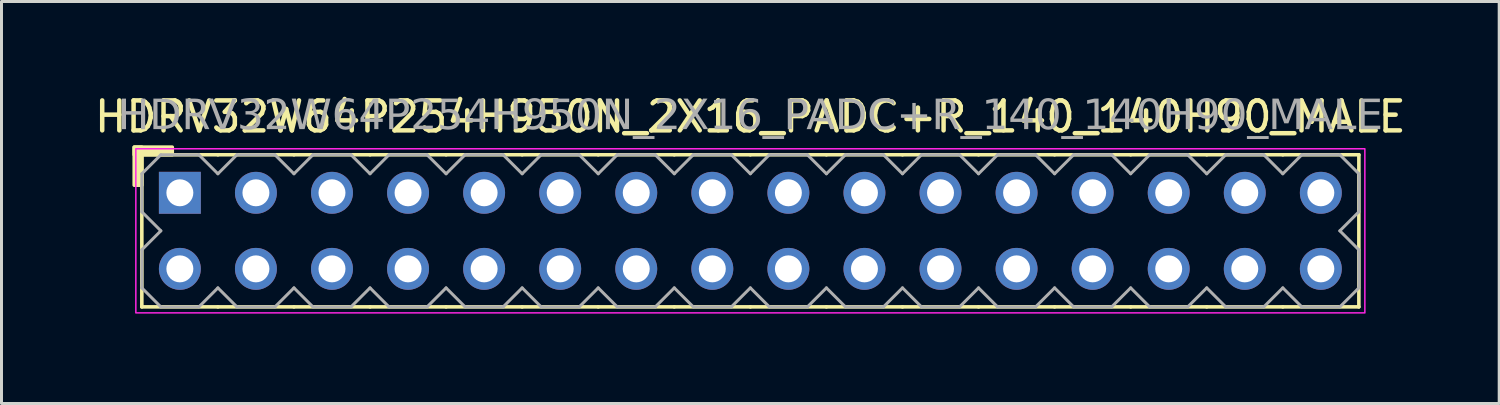
<source format=kicad_pcb>
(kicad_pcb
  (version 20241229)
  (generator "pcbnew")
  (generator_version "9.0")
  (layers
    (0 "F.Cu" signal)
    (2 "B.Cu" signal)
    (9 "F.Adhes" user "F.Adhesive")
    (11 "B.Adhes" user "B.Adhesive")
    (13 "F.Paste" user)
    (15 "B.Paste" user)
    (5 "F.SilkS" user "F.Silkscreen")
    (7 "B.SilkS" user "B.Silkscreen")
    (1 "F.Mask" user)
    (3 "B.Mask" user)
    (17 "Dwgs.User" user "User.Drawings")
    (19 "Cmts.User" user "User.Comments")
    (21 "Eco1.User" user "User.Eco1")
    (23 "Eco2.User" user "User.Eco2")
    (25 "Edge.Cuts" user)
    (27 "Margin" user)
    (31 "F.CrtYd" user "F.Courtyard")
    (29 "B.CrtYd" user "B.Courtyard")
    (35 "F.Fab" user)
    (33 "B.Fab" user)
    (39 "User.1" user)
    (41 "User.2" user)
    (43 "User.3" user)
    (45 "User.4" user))
  (footprint "HDRV32W64P254H950N_2X16_PADC+R_140_140H90_MALE"
    (layer "F.Cu")
    (at 22.006 4.658)
    (property "Reference" "HDRV32W64P254H950N_2X16_PADC+R_140_140H90_MALE" (at 0 -3.81 0) (layer "F.SilkS") (effects (font (size 1 1) (thickness 0.15))))
    (attr through_hole)
    (fp_line (start -20.32 2.54) (end -20.32 -2.54) (stroke (width 0.12) (type solid)) (layer "F.SilkS"))
    (fp_line (start -17.78 -2.54) (end -20.32 -2.54) (stroke (width 0.12) (type solid)) (layer "F.SilkS"))
    (fp_line (start -17.78 2.54) (end -20.32 2.54) (stroke (width 0.12) (type solid)) (layer "F.SilkS"))
    (fp_line (start -15.24 -2.54) (end -17.78 -2.54) (stroke (width 0.12) (type solid)) (layer "F.SilkS"))
    (fp_line (start -15.24 2.54) (end -17.78 2.54) (stroke (width 0.12) (type solid)) (layer "F.SilkS"))
    (fp_line (start -12.7 -2.54) (end -15.24 -2.54) (stroke (width 0.12) (type solid)) (layer "F.SilkS"))
    (fp_line (start -12.7 2.54) (end -15.24 2.54) (stroke (width 0.12) (type solid)) (layer "F.SilkS"))
    (fp_line (start -10.16 -2.54) (end -12.7 -2.54) (stroke (width 0.12) (type solid)) (layer "F.SilkS"))
    (fp_line (start -10.16 2.54) (end -12.7 2.54) (stroke (width 0.12) (type solid)) (layer "F.SilkS"))
    (fp_line (start -7.62 -2.54) (end -10.16 -2.54) (stroke (width 0.12) (type solid)) (layer "F.SilkS"))
    (fp_line (start -7.62 2.54) (end -10.16 2.54) (stroke (width 0.12) (type solid)) (layer "F.SilkS"))
    (fp_line (start -5.08 -2.54) (end -7.62 -2.54) (stroke (width 0.12) (type solid)) (layer "F.SilkS"))
    (fp_line (start -5.08 2.54) (end -7.62 2.54) (stroke (width 0.12) (type solid)) (layer "F.SilkS"))
    (fp_line (start -2.54 -2.54) (end -5.08 -2.54) (stroke (width 0.12) (type solid)) (layer "F.SilkS"))
    (fp_line (start -2.54 2.54) (end -5.08 2.54) (stroke (width 0.12) (type solid)) (layer "F.SilkS"))
    (fp_line (start 0 -2.54) (end -2.54 -2.54) (stroke (width 0.12) (type solid)) (layer "F.SilkS"))
    (fp_line (start 0 2.54) (end -2.54 2.54) (stroke (width 0.12) (type solid)) (layer "F.SilkS"))
    (fp_line (start 2.54 -2.54) (end 0 -2.54) (stroke (width 0.12) (type solid)) (layer "F.SilkS"))
    (fp_line (start 2.54 2.54) (end 0 2.54) (stroke (width 0.12) (type solid)) (layer "F.SilkS"))
    (fp_line (start 5.08 -2.54) (end 2.54 -2.54) (stroke (width 0.12) (type solid)) (layer "F.SilkS"))
    (fp_line (start 5.08 2.54) (end 2.54 2.54) (stroke (width 0.12) (type solid)) (layer "F.SilkS"))
    (fp_line (start 7.62 -2.54) (end 5.08 -2.54) (stroke (width 0.12) (type solid)) (layer "F.SilkS"))
    (fp_line (start 7.62 2.54) (end 5.08 2.54) (stroke (width 0.12) (type solid)) (layer "F.SilkS"))
    (fp_line (start 10.16 -2.54) (end 7.62 -2.54) (stroke (width 0.12) (type solid)) (layer "F.SilkS"))
    (fp_line (start 10.16 2.54) (end 7.62 2.54) (stroke (width 0.12) (type solid)) (layer "F.SilkS"))
    (fp_line (start 12.7 -2.54) (end 10.16 -2.54) (stroke (width 0.12) (type solid)) (layer "F.SilkS"))
    (fp_line (start 12.7 2.54) (end 10.16 2.54) (stroke (width 0.12) (type solid)) (layer "F.SilkS"))
    (fp_line (start 15.24 -2.54) (end 12.7 -2.54) (stroke (width 0.12) (type solid)) (layer "F.SilkS"))
    (fp_line (start 15.24 2.54) (end 12.7 2.54) (stroke (width 0.12) (type solid)) (layer "F.SilkS"))
    (fp_line (start 17.78 -2.54) (end 15.24 -2.54) (stroke (width 0.12) (type solid)) (layer "F.SilkS"))
    (fp_line (start 17.78 2.54) (end 15.24 2.54) (stroke (width 0.12) (type solid)) (layer "F.SilkS"))
    (fp_line (start 20.32 -2.54) (end 17.78 -2.54) (stroke (width 0.12) (type solid)) (layer "F.SilkS"))
    (fp_line (start 20.32 2.54) (end 17.78 2.54) (stroke (width 0.12) (type solid)) (layer "F.SilkS"))
    (fp_line (start 20.32 2.54) (end 20.32 -2.54) (stroke (width 0.12) (type solid)) (layer "F.SilkS"))
    (fp_rect (start -20.574 -1.524) (end -20.32 -2.794) (stroke (width 0.12) (type solid)) (fill yes) (layer "F.SilkS"))
    (fp_rect (start -19.304 -2.54) (end -20.574 -2.794) (stroke (width 0.12) (type solid)) (fill yes) (layer "F.SilkS"))
    (fp_rect (start -20.52 -2.74) (end 20.52 2.74) (stroke (width 0.05) (type default)) (fill no) (layer "F.CrtYd"))
    (fp_line (start -20.32 -1.905) (end -20.32 -0.635) (stroke (width 0.1) (type solid)) (layer "F.Fab"))
    (fp_line (start -20.32 -1.905) (end -19.685 -2.54) (stroke (width 0.1) (type solid)) (layer "F.Fab"))
    (fp_line (start -20.32 0.635) (end -20.32 1.905) (stroke (width 0.1) (type solid)) (layer "F.Fab"))
    (fp_line (start -19.685 -2.54) (end -18.415 -2.54) (stroke (width 0.1) (type solid)) (layer "F.Fab"))
    (fp_line (start -19.685 0) (end -20.32 -0.635) (stroke (width 0.1) (type solid)) (layer "F.Fab"))
    (fp_line (start -19.685 0) (end -20.32 0.635) (stroke (width 0.1) (type solid)) (layer "F.Fab"))
    (fp_line (start -19.685 2.54) (end -20.32 1.905) (stroke (width 0.1) (type solid)) (layer "F.Fab"))
    (fp_line (start -18.415 -2.54) (end -17.78 -1.905) (stroke (width 0.1) (type solid)) (layer "F.Fab"))
    (fp_line (start -18.415 2.54) (end -19.685 2.54) (stroke (width 0.1) (type solid)) (layer "F.Fab"))
    (fp_line (start -17.78 -1.905) (end -17.145 -2.54) (stroke (width 0.1) (type solid)) (layer "F.Fab"))
    (fp_line (start -17.78 1.905) (end -18.415 2.54) (stroke (width 0.1) (type solid)) (layer "F.Fab"))
    (fp_line (start -17.145 -2.54) (end -15.875 -2.54) (stroke (width 0.1) (type solid)) (layer "F.Fab"))
    (fp_line (start -17.145 2.54) (end -17.78 1.905) (stroke (width 0.1) (type solid)) (layer "F.Fab"))
    (fp_line (start -15.875 -2.54) (end -15.24 -1.905) (stroke (width 0.1) (type solid)) (layer "F.Fab"))
    (fp_line (start -15.875 2.54) (end -17.145 2.54) (stroke (width 0.1) (type solid)) (layer "F.Fab"))
    (fp_line (start -15.24 -1.905) (end -14.605 -2.54) (stroke (width 0.1) (type solid)) (layer "F.Fab"))
    (fp_line (start -15.24 1.905) (end -15.875 2.54) (stroke (width 0.1) (type solid)) (layer "F.Fab"))
    (fp_line (start -14.605 -2.54) (end -13.335 -2.54) (stroke (width 0.1) (type solid)) (layer "F.Fab"))
    (fp_line (start -14.605 2.54) (end -15.24 1.905) (stroke (width 0.1) (type solid)) (layer "F.Fab"))
    (fp_line (start -13.335 -2.54) (end -12.7 -1.905) (stroke (width 0.1) (type solid)) (layer "F.Fab"))
    (fp_line (start -13.335 2.54) (end -14.605 2.54) (stroke (width 0.1) (type solid)) (layer "F.Fab"))
    (fp_line (start -12.7 -1.905) (end -12.065 -2.54) (stroke (width 0.1) (type solid)) (layer "F.Fab"))
    (fp_line (start -12.7 1.905) (end -13.335 2.54) (stroke (width 0.1) (type solid)) (layer "F.Fab"))
    (fp_line (start -12.065 -2.54) (end -10.795 -2.54) (stroke (width 0.1) (type solid)) (layer "F.Fab"))
    (fp_line (start -12.065 2.54) (end -12.7 1.905) (stroke (width 0.1) (type solid)) (layer "F.Fab"))
    (fp_line (start -10.795 -2.54) (end -10.16 -1.905) (stroke (width 0.1) (type solid)) (layer "F.Fab"))
    (fp_line (start -10.795 2.54) (end -12.065 2.54) (stroke (width 0.1) (type solid)) (layer "F.Fab"))
    (fp_line (start -10.16 -1.905) (end -9.525 -2.54) (stroke (width 0.1) (type solid)) (layer "F.Fab"))
    (fp_line (start -10.16 1.905) (end -10.795 2.54) (stroke (width 0.1) (type solid)) (layer "F.Fab"))
    (fp_line (start -9.525 -2.54) (end -8.255 -2.54) (stroke (width 0.1) (type solid)) (layer "F.Fab"))
    (fp_line (start -9.525 2.54) (end -10.16 1.905) (stroke (width 0.1) (type solid)) (layer "F.Fab"))
    (fp_line (start -8.255 -2.54) (end -7.62 -1.905) (stroke (width 0.1) (type solid)) (layer "F.Fab"))
    (fp_line (start -8.255 2.54) (end -9.525 2.54) (stroke (width 0.1) (type solid)) (layer "F.Fab"))
    (fp_line (start -7.62 -1.905) (end -6.985 -2.54) (stroke (width 0.1) (type solid)) (layer "F.Fab"))
    (fp_line (start -7.62 1.905) (end -8.255 2.54) (stroke (width 0.1) (type solid)) (layer "F.Fab"))
    (fp_line (start -6.985 -2.54) (end -5.715 -2.54) (stroke (width 0.1) (type solid)) (layer "F.Fab"))
    (fp_line (start -6.985 2.54) (end -7.62 1.905) (stroke (width 0.1) (type solid)) (layer "F.Fab"))
    (fp_line (start -5.715 -2.54) (end -5.08 -1.905) (stroke (width 0.1) (type solid)) (layer "F.Fab"))
    (fp_line (start -5.715 2.54) (end -6.985 2.54) (stroke (width 0.1) (type solid)) (layer "F.Fab"))
    (fp_line (start -5.08 -1.905) (end -4.445 -2.54) (stroke (width 0.1) (type solid)) (layer "F.Fab"))
    (fp_line (start -5.08 1.905) (end -5.715 2.54) (stroke (width 0.1) (type solid)) (layer "F.Fab"))
    (fp_line (start -4.445 -2.54) (end -3.175 -2.54) (stroke (width 0.1) (type solid)) (layer "F.Fab"))
    (fp_line (start -4.445 2.54) (end -5.08 1.905) (stroke (width 0.1) (type solid)) (layer "F.Fab"))
    (fp_line (start -3.175 -2.54) (end -2.54 -1.905) (stroke (width 0.1) (type solid)) (layer "F.Fab"))
    (fp_line (start -3.175 2.54) (end -4.445 2.54) (stroke (width 0.1) (type solid)) (layer "F.Fab"))
    (fp_line (start -2.54 -1.905) (end -1.905 -2.54) (stroke (width 0.1) (type solid)) (layer "F.Fab"))
    (fp_line (start -2.54 1.905) (end -3.175 2.54) (stroke (width 0.1) (type solid)) (layer "F.Fab"))
    (fp_line (start -1.905 -2.54) (end -0.635 -2.54) (stroke (width 0.1) (type solid)) (layer "F.Fab"))
    (fp_line (start -1.905 2.54) (end -2.54 1.905) (stroke (width 0.1) (type solid)) (layer "F.Fab"))
    (fp_line (start -0.635 -2.54) (end 0 -1.905) (stroke (width 0.1) (type solid)) (layer "F.Fab"))
    (fp_line (start -0.635 2.54) (end -1.905 2.54) (stroke (width 0.1) (type solid)) (layer "F.Fab"))
    (fp_line (start 0 -1.905) (end 0.635 -2.54) (stroke (width 0.1) (type solid)) (layer "F.Fab"))
    (fp_line (start 0 1.905) (end -0.635 2.54) (stroke (width 0.1) (type solid)) (layer "F.Fab"))
    (fp_line (start 0.635 -2.54) (end 1.905 -2.54) (stroke (width 0.1) (type solid)) (layer "F.Fab"))
    (fp_line (start 0.635 2.54) (end 0 1.905) (stroke (width 0.1) (type solid)) (layer "F.Fab"))
    (fp_line (start 1.905 -2.54) (end 2.54 -1.905) (stroke (width 0.1) (type solid)) (layer "F.Fab"))
    (fp_line (start 1.905 2.54) (end 0.635 2.54) (stroke (width 0.1) (type solid)) (layer "F.Fab"))
    (fp_line (start 2.54 -1.905) (end 3.175 -2.54) (stroke (width 0.1) (type solid)) (layer "F.Fab"))
    (fp_line (start 2.54 1.905) (end 1.905 2.54) (stroke (width 0.1) (type solid)) (layer "F.Fab"))
    (fp_line (start 3.175 -2.54) (end 4.445 -2.54) (stroke (width 0.1) (type solid)) (layer "F.Fab"))
    (fp_line (start 3.175 2.54) (end 2.54 1.905) (stroke (width 0.1) (type solid)) (layer "F.Fab"))
    (fp_line (start 4.445 -2.54) (end 5.08 -1.905) (stroke (width 0.1) (type solid)) (layer "F.Fab"))
    (fp_line (start 4.445 2.54) (end 3.175 2.54) (stroke (width 0.1) (type solid)) (layer "F.Fab"))
    (fp_line (start 5.08 -1.905) (end 5.715 -2.54) (stroke (width 0.1) (type solid)) (layer "F.Fab"))
    (fp_line (start 5.08 1.905) (end 4.445 2.54) (stroke (width 0.1) (type solid)) (layer "F.Fab"))
    (fp_line (start 5.715 -2.54) (end 6.985 -2.54) (stroke (width 0.1) (type solid)) (layer "F.Fab"))
    (fp_line (start 5.715 2.54) (end 5.08 1.905) (stroke (width 0.1) (type solid)) (layer "F.Fab"))
    (fp_line (start 6.985 -2.54) (end 7.62 -1.905) (stroke (width 0.1) (type solid)) (layer "F.Fab"))
    (fp_line (start 6.985 2.54) (end 5.715 2.54) (stroke (width 0.1) (type solid)) (layer "F.Fab"))
    (fp_line (start 7.62 -1.905) (end 8.255 -2.54) (stroke (width 0.1) (type solid)) (layer "F.Fab"))
    (fp_line (start 7.62 1.905) (end 6.985 2.54) (stroke (width 0.1) (type solid)) (layer "F.Fab"))
    (fp_line (start 8.255 -2.54) (end 9.525 -2.54) (stroke (width 0.1) (type solid)) (layer "F.Fab"))
    (fp_line (start 8.255 2.54) (end 7.62 1.905) (stroke (width 0.1) (type solid)) (layer "F.Fab"))
    (fp_line (start 9.525 -2.54) (end 10.16 -1.905) (stroke (width 0.1) (type solid)) (layer "F.Fab"))
    (fp_line (start 9.525 2.54) (end 8.255 2.54) (stroke (width 0.1) (type solid)) (layer "F.Fab"))
    (fp_line (start 10.16 -1.905) (end 10.795 -2.54) (stroke (width 0.1) (type solid)) (layer "F.Fab"))
    (fp_line (start 10.16 1.905) (end 9.525 2.54) (stroke (width 0.1) (type solid)) (layer "F.Fab"))
    (fp_line (start 10.795 -2.54) (end 12.065 -2.54) (stroke (width 0.1) (type solid)) (layer "F.Fab"))
    (fp_line (start 10.795 2.54) (end 10.16 1.905) (stroke (width 0.1) (type solid)) (layer "F.Fab"))
    (fp_line (start 12.065 -2.54) (end 12.7 -1.905) (stroke (width 0.1) (type solid)) (layer "F.Fab"))
    (fp_line (start 12.065 2.54) (end 10.795 2.54) (stroke (width 0.1) (type solid)) (layer "F.Fab"))
    (fp_line (start 12.7 -1.905) (end 13.335 -2.54) (stroke (width 0.1) (type solid)) (layer "F.Fab"))
    (fp_line (start 12.7 1.905) (end 12.065 2.54) (stroke (width 0.1) (type solid)) (layer "F.Fab"))
    (fp_line (start 13.335 -2.54) (end 14.605 -2.54) (stroke (width 0.1) (type solid)) (layer "F.Fab"))
    (fp_line (start 13.335 2.54) (end 12.7 1.905) (stroke (width 0.1) (type solid)) (layer "F.Fab"))
    (fp_line (start 14.605 -2.54) (end 15.24 -1.905) (stroke (width 0.1) (type solid)) (layer "F.Fab"))
    (fp_line (start 14.605 2.54) (end 13.335 2.54) (stroke (width 0.1) (type solid)) (layer "F.Fab"))
    (fp_line (start 15.24 -1.905) (end 15.875 -2.54) (stroke (width 0.1) (type solid)) (layer "F.Fab"))
    (fp_line (start 15.24 1.905) (end 14.605 2.54) (stroke (width 0.1) (type solid)) (layer "F.Fab"))
    (fp_line (start 15.875 -2.54) (end 17.145 -2.54) (stroke (width 0.1) (type solid)) (layer "F.Fab"))
    (fp_line (start 15.875 2.54) (end 15.24 1.905) (stroke (width 0.1) (type solid)) (layer "F.Fab"))
    (fp_line (start 17.145 -2.54) (end 17.78 -1.905) (stroke (width 0.1) (type solid)) (layer "F.Fab"))
    (fp_line (start 17.145 2.54) (end 15.875 2.54) (stroke (width 0.1) (type solid)) (layer "F.Fab"))
    (fp_line (start 17.78 -1.905) (end 18.415 -2.54) (stroke (width 0.1) (type solid)) (layer "F.Fab"))
    (fp_line (start 17.78 1.905) (end 17.145 2.54) (stroke (width 0.1) (type solid)) (layer "F.Fab"))
    (fp_line (start 18.415 -2.54) (end 19.685 -2.54) (stroke (width 0.1) (type solid)) (layer "F.Fab"))
    (fp_line (start 18.415 2.54) (end 17.78 1.905) (stroke (width 0.1) (type solid)) (layer "F.Fab"))
    (fp_line (start 19.685 -2.54) (end 20.32 -1.905) (stroke (width 0.1) (type solid)) (layer "F.Fab"))
    (fp_line (start 19.685 0) (end 20.32 0.635) (stroke (width 0.1) (type solid)) (layer "F.Fab"))
    (fp_line (start 19.685 2.54) (end 18.415 2.54) (stroke (width 0.1) (type solid)) (layer "F.Fab"))
    (fp_line (start 20.32 -1.905) (end 20.32 -0.635) (stroke (width 0.1) (type solid)) (layer "F.Fab"))
    (fp_line (start 20.32 -0.635) (end 19.685 0) (stroke (width 0.1) (type solid)) (layer "F.Fab"))
    (fp_line (start 20.32 0.635) (end 20.32 1.905) (stroke (width 0.1) (type solid)) (layer "F.Fab"))
    (fp_line (start 20.32 1.905) (end 19.685 2.54) (stroke (width 0.1) (type solid)) (layer "F.Fab"))
    (fp_rect (start -18.796 -1.524) (end -19.304 -1.016) (stroke (width 0.1) (type solid)) (fill no) (layer "F.Fab"))
    (fp_rect (start -18.796 1.016) (end -19.304 1.524) (stroke (width 0.1) (type solid)) (fill no) (layer "F.Fab"))
    (fp_rect (start -16.256 -1.524) (end -16.764 -1.016) (stroke (width 0.1) (type solid)) (fill no) (layer "F.Fab"))
    (fp_rect (start -16.256 1.016) (end -16.764 1.524) (stroke (width 0.1) (type solid)) (fill no) (layer "F.Fab"))
    (fp_rect (start -13.716 -1.524) (end -14.224 -1.016) (stroke (width 0.1) (type solid)) (fill no) (layer "F.Fab"))
    (fp_rect (start -13.716 1.016) (end -14.224 1.524) (stroke (width 0.1) (type solid)) (fill no) (layer "F.Fab"))
    (fp_rect (start -11.176 -1.524) (end -11.684 -1.016) (stroke (width 0.1) (type solid)) (fill no) (layer "F.Fab"))
    (fp_rect (start -11.176 1.016) (end -11.684 1.524) (stroke (width 0.1) (type solid)) (fill no) (layer "F.Fab"))
    (fp_rect (start -8.636 -1.524) (end -9.144 -1.016) (stroke (width 0.1) (type solid)) (fill no) (layer "F.Fab"))
    (fp_rect (start -8.636 1.016) (end -9.144 1.524) (stroke (width 0.1) (type solid)) (fill no) (layer "F.Fab"))
    (fp_rect (start -6.096 -1.524) (end -6.604 -1.016) (stroke (width 0.1) (type solid)) (fill no) (layer "F.Fab"))
    (fp_rect (start -6.096 1.016) (end -6.604 1.524) (stroke (width 0.1) (type solid)) (fill no) (layer "F.Fab"))
    (fp_rect (start -3.556 -1.524) (end -4.064 -1.016) (stroke (width 0.1) (type solid)) (fill no) (layer "F.Fab"))
    (fp_rect (start -3.556 1.016) (end -4.064 1.524) (stroke (width 0.1) (type solid)) (fill no) (layer "F.Fab"))
    (fp_rect (start -1.016 -1.524) (end -1.524 -1.016) (stroke (width 0.1) (type solid)) (fill no) (layer "F.Fab"))
    (fp_rect (start -1.016 1.016) (end -1.524 1.524) (stroke (width 0.1) (type solid)) (fill no) (layer "F.Fab"))
    (fp_rect (start 1.524 -1.524) (end 1.016 -1.016) (stroke (width 0.1) (type solid)) (fill no) (layer "F.Fab"))
    (fp_rect (start 1.524 1.016) (end 1.016 1.524) (stroke (width 0.1) (type solid)) (fill no) (layer "F.Fab"))
    (fp_rect (start 4.064 -1.524) (end 3.556 -1.016) (stroke (width 0.1) (type solid)) (fill no) (layer "F.Fab"))
    (fp_rect (start 4.064 1.016) (end 3.556 1.524) (stroke (width 0.1) (type solid)) (fill no) (layer "F.Fab"))
    (fp_rect (start 6.604 -1.524) (end 6.096 -1.016) (stroke (width 0.1) (type solid)) (fill no) (layer "F.Fab"))
    (fp_rect (start 6.604 1.016) (end 6.096 1.524) (stroke (width 0.1) (type solid)) (fill no) (layer "F.Fab"))
    (fp_rect (start 9.144 -1.524) (end 8.636 -1.016) (stroke (width 0.1) (type solid)) (fill no) (layer "F.Fab"))
    (fp_rect (start 9.144 1.016) (end 8.636 1.524) (stroke (width 0.1) (type solid)) (fill no) (layer "F.Fab"))
    (fp_rect (start 11.684 -1.524) (end 11.176 -1.016) (stroke (width 0.1) (type solid)) (fill no) (layer "F.Fab"))
    (fp_rect (start 11.684 1.016) (end 11.176 1.524) (stroke (width 0.1) (type solid)) (fill no) (layer "F.Fab"))
    (fp_rect (start 14.224 -1.524) (end 13.716 -1.016) (stroke (width 0.1) (type solid)) (fill no) (layer "F.Fab"))
    (fp_rect (start 14.224 1.016) (end 13.716 1.524) (stroke (width 0.1) (type solid)) (fill no) (layer "F.Fab"))
    (fp_rect (start 16.764 -1.524) (end 16.256 -1.016) (stroke (width 0.1) (type solid)) (fill no) (layer "F.Fab"))
    (fp_rect (start 16.764 1.016) (end 16.256 1.524) (stroke (width 0.1) (type solid)) (fill no) (layer "F.Fab"))
    (fp_rect (start 19.304 -1.524) (end 18.796 -1.016) (stroke (width 0.1) (type solid)) (fill no) (layer "F.Fab"))
    (fp_rect (start 19.304 1.016) (end 18.796 1.524) (stroke (width 0.1) (type solid)) (fill no) (layer "F.Fab"))
    (fp_text user "${REFERENCE}" (at 0 -3.81 0) (layer "F.Fab") (effects (font (face "Tahoma") (size 1 1) (thickness 0.15))))
    (pad "1" thru_hole rect (at -19.05 -1.27) (size 1.4 1.4) (drill 0.9) (layers "*.Cu" "*.Mask"))
    (pad "2" thru_hole circle (at -19.05 1.27) (size 1.4 1.4) (drill 0.9) (layers "*.Cu" "*.Mask"))
    (pad "3" thru_hole circle (at -16.51 -1.27) (size 1.4 1.4) (drill 0.9) (layers "*.Cu" "*.Mask"))
    (pad "4" thru_hole circle (at -16.51 1.27) (size 1.4 1.4) (drill 0.9) (layers "*.Cu" "*.Mask"))
    (pad "5" thru_hole circle (at -13.97 -1.27) (size 1.4 1.4) (drill 0.9) (layers "*.Cu" "*.Mask"))
    (pad "6" thru_hole circle (at -13.97 1.27) (size 1.4 1.4) (drill 0.9) (layers "*.Cu" "*.Mask"))
    (pad "7" thru_hole circle (at -11.43 -1.27) (size 1.4 1.4) (drill 0.9) (layers "*.Cu" "*.Mask"))
    (pad "8" thru_hole circle (at -11.43 1.27) (size 1.4 1.4) (drill 0.9) (layers "*.Cu" "*.Mask"))
    (pad "9" thru_hole circle (at -8.89 -1.27) (size 1.4 1.4) (drill 0.9) (layers "*.Cu" "*.Mask"))
    (pad "10" thru_hole circle (at -8.89 1.27) (size 1.4 1.4) (drill 0.9) (layers "*.Cu" "*.Mask"))
    (pad "11" thru_hole circle (at -6.35 -1.27) (size 1.4 1.4) (drill 0.9) (layers "*.Cu" "*.Mask"))
    (pad "12" thru_hole circle (at -6.35 1.27) (size 1.4 1.4) (drill 0.9) (layers "*.Cu" "*.Mask"))
    (pad "13" thru_hole circle (at -3.81 -1.27) (size 1.4 1.4) (drill 0.9) (layers "*.Cu" "*.Mask"))
    (pad "14" thru_hole circle (at -3.81 1.27) (size 1.4 1.4) (drill 0.9) (layers "*.Cu" "*.Mask"))
    (pad "15" thru_hole circle (at -1.27 -1.27) (size 1.4 1.4) (drill 0.9) (layers "*.Cu" "*.Mask"))
    (pad "16" thru_hole circle (at -1.27 1.27) (size 1.4 1.4) (drill 0.9) (layers "*.Cu" "*.Mask"))
    (pad "17" thru_hole circle (at 1.27 -1.27) (size 1.4 1.4) (drill 0.9) (layers "*.Cu" "*.Mask"))
    (pad "18" thru_hole circle (at 1.27 1.27) (size 1.4 1.4) (drill 0.9) (layers "*.Cu" "*.Mask"))
    (pad "19" thru_hole circle (at 3.81 -1.27) (size 1.4 1.4) (drill 0.9) (layers "*.Cu" "*.Mask"))
    (pad "20" thru_hole circle (at 3.81 1.27) (size 1.4 1.4) (drill 0.9) (layers "*.Cu" "*.Mask"))
    (pad "21" thru_hole circle (at 6.35 -1.27) (size 1.4 1.4) (drill 0.9) (layers "*.Cu" "*.Mask"))
    (pad "22" thru_hole circle (at 6.35 1.27) (size 1.4 1.4) (drill 0.9) (layers "*.Cu" "*.Mask"))
    (pad "23" thru_hole circle (at 8.89 -1.27) (size 1.4 1.4) (drill 0.9) (layers "*.Cu" "*.Mask"))
    (pad "24" thru_hole circle (at 8.89 1.27) (size 1.4 1.4) (drill 0.9) (layers "*.Cu" "*.Mask"))
    (pad "25" thru_hole circle (at 11.43 -1.27) (size 1.4 1.4) (drill 0.9) (layers "*.Cu" "*.Mask"))
    (pad "26" thru_hole circle (at 11.43 1.27) (size 1.4 1.4) (drill 0.9) (layers "*.Cu" "*.Mask"))
    (pad "27" thru_hole circle (at 13.97 -1.27) (size 1.4 1.4) (drill 0.9) (layers "*.Cu" "*.Mask"))
    (pad "28" thru_hole circle (at 13.97 1.27) (size 1.4 1.4) (drill 0.9) (layers "*.Cu" "*.Mask"))
    (pad "29" thru_hole circle (at 16.51 -1.27) (size 1.4 1.4) (drill 0.9) (layers "*.Cu" "*.Mask"))
    (pad "30" thru_hole circle (at 16.51 1.27) (size 1.4 1.4) (drill 0.9) (layers "*.Cu" "*.Mask"))
    (pad "31" thru_hole circle (at 19.05 -1.27) (size 1.4 1.4) (drill 0.9) (layers "*.Cu" "*.Mask"))
    (pad "32" thru_hole circle (at 19.05 1.27) (size 1.4 1.4) (drill 0.9) (layers "*.Cu" "*.Mask")))
  (gr_rect
    (start -3 -3)
    (end 47.012 10.423)
    (stroke (width 0.1) (type default))
    (fill no)
    (layer "Edge.Cuts")))
</source>
